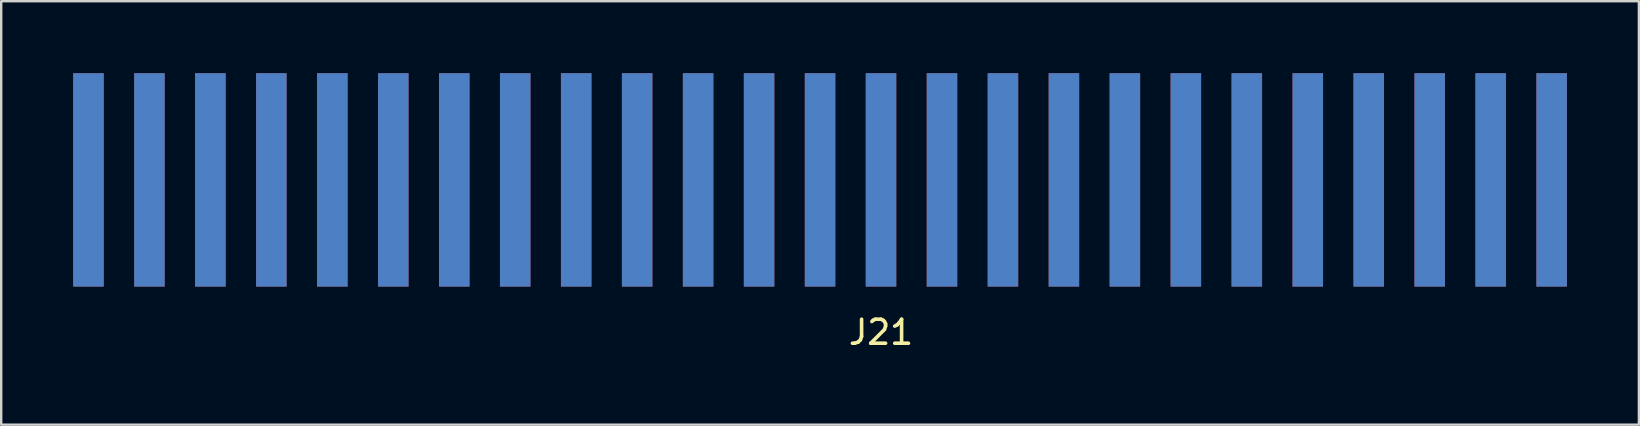
<source format=kicad_pcb>
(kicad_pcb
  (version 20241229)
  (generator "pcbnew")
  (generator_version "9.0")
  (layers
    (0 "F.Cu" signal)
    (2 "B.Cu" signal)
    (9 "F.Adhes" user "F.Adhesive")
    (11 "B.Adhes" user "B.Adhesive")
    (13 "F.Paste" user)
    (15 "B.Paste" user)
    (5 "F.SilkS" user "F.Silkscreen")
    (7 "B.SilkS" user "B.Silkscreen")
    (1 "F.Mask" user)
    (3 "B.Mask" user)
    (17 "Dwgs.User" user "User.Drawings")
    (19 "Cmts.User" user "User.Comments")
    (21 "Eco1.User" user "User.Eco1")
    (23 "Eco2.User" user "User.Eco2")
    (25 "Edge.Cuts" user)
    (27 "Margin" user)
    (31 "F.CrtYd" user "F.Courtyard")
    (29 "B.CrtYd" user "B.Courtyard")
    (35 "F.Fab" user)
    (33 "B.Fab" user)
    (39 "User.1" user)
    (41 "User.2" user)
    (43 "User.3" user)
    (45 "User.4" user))
  (footprint "J21"
    (layer "F.Cu")
    (at 31.115 9.525)
    (property "Reference" "J21" (at 2.54 1.27 0) (layer "F.SilkS") (effects (font (size 1 1) (thickness 0.15))))
    (attr through_hole)
    (pad "1" connect trapezoid (at 30.48 -5.08) (size 1.27 8.89) (layers "B.Cu" "B.Mask"))
    (pad "2" connect trapezoid (at 30.48 -5.08) (size 1.27 8.89) (layers "F.Cu" "F.Mask"))
    (pad "3" connect trapezoid (at 27.94 -5.08) (size 1.27 8.89) (layers "B.Cu" "B.Mask"))
    (pad "4" connect trapezoid (at 27.94 -5.08) (size 1.27 8.89) (layers "F.Cu" "F.Mask"))
    (pad "5" connect trapezoid (at 25.4 -5.08) (size 1.27 8.89) (layers "B.Cu" "B.Mask"))
    (pad "6" connect trapezoid (at 25.4 -5.08) (size 1.27 8.89) (layers "F.Cu" "F.Mask"))
    (pad "7" connect trapezoid (at 22.86 -5.08) (size 1.27 8.89) (layers "B.Cu" "B.Mask"))
    (pad "8" connect trapezoid (at 22.86 -5.08) (size 1.27 8.89) (layers "F.Cu" "F.Mask"))
    (pad "9" connect trapezoid (at 20.32 -5.08) (size 1.27 8.89) (layers "B.Cu" "B.Mask"))
    (pad "10" connect trapezoid (at 20.32 -5.08) (size 1.27 8.89) (layers "F.Cu" "F.Mask"))
    (pad "11" connect trapezoid (at 17.78 -5.08) (size 1.27 8.89) (layers "B.Cu" "B.Mask"))
    (pad "12" connect trapezoid (at 17.78 -5.08) (size 1.27 8.89) (layers "F.Cu" "F.Mask"))
    (pad "13" connect trapezoid (at 15.24 -5.08) (size 1.27 8.89) (layers "B.Cu" "B.Mask"))
    (pad "14" connect trapezoid (at 15.24 -5.08) (size 1.27 8.89) (layers "F.Cu" "F.Mask"))
    (pad "15" connect trapezoid (at 12.7 -5.08) (size 1.27 8.89) (layers "B.Cu" "B.Mask"))
    (pad "16" connect trapezoid (at 12.7 -5.08) (size 1.27 8.89) (layers "F.Cu" "F.Mask"))
    (pad "17" connect trapezoid (at 10.16 -5.08) (size 1.27 8.89) (layers "B.Cu" "B.Mask"))
    (pad "18" connect trapezoid (at 10.16 -5.08) (size 1.27 8.89) (layers "F.Cu" "F.Mask"))
    (pad "19" connect trapezoid (at 7.62 -5.08) (size 1.27 8.89) (layers "B.Cu" "B.Mask"))
    (pad "20" connect trapezoid (at 7.62 -5.08) (size 1.27 8.89) (layers "F.Cu" "F.Mask"))
    (pad "21" connect trapezoid (at 5.08 -5.08) (size 1.27 8.89) (layers "B.Cu" "B.Mask"))
    (pad "22" connect trapezoid (at 5.08 -5.08) (size 1.27 8.89) (layers "F.Cu" "F.Mask"))
    (pad "23" connect trapezoid (at 2.54 -5.08) (size 1.27 8.89) (layers "B.Cu" "B.Mask"))
    (pad "24" connect trapezoid (at 2.54 -5.08) (size 1.27 8.89) (layers "F.Cu" "F.Mask"))
    (pad "25" connect trapezoid (at 0 -5.08) (size 1.27 8.89) (layers "B.Cu" "B.Mask"))
    (pad "26" connect trapezoid (at 0 -5.08) (size 1.27 8.89) (layers "F.Cu" "F.Mask"))
    (pad "27" connect trapezoid (at -2.54 -5.08) (size 1.27 8.89) (layers "B.Cu" "B.Mask"))
    (pad "28" connect trapezoid (at -2.54 -5.08) (size 1.27 8.89) (layers "F.Cu" "F.Mask"))
    (pad "29" connect trapezoid (at -5.08 -5.08) (size 1.27 8.89) (layers "B.Cu" "B.Mask"))
    (pad "30" connect trapezoid (at -5.08 -5.08) (size 1.27 8.89) (layers "F.Cu" "F.Mask"))
    (pad "31" connect trapezoid (at -7.62 -5.08) (size 1.27 8.89) (layers "B.Cu" "B.Mask"))
    (pad "32" connect trapezoid (at -7.62 -5.08) (size 1.27 8.89) (layers "F.Cu" "F.Mask"))
    (pad "33" connect trapezoid (at -10.16 -5.08) (size 1.27 8.89) (layers "B.Cu" "B.Mask"))
    (pad "34" connect trapezoid (at -10.16 -5.08) (size 1.27 8.89) (layers "F.Cu" "F.Mask"))
    (pad "35" connect trapezoid (at -12.7 -5.08) (size 1.27 8.89) (layers "B.Cu" "B.Mask"))
    (pad "36" connect trapezoid (at -12.7 -5.08) (size 1.27 8.89) (layers "F.Cu" "F.Mask"))
    (pad "37" connect trapezoid (at -15.24 -5.08) (size 1.27 8.89) (layers "B.Cu" "B.Mask"))
    (pad "38" connect trapezoid (at -15.24 -5.08) (size 1.27 8.89) (layers "F.Cu" "F.Mask"))
    (pad "39" connect trapezoid (at -17.78 -5.08) (size 1.27 8.89) (layers "B.Cu" "B.Mask"))
    (pad "40" connect trapezoid (at -17.78 -5.08) (size 1.27 8.89) (layers "F.Cu" "F.Mask"))
    (pad "41" connect trapezoid (at -20.32 -5.08) (size 1.27 8.89) (layers "B.Cu" "B.Mask"))
    (pad "42" connect trapezoid (at -20.32 -5.08) (size 1.27 8.89) (layers "F.Cu" "F.Mask"))
    (pad "43" connect trapezoid (at -22.86 -5.08) (size 1.27 8.89) (layers "B.Cu" "B.Mask"))
    (pad "44" connect trapezoid (at -22.86 -5.08) (size 1.27 8.89) (layers "F.Cu" "F.Mask"))
    (pad "45" connect trapezoid (at -25.4 -5.08) (size 1.27 8.89) (layers "B.Cu" "B.Mask"))
    (pad "46" connect trapezoid (at -25.4 -5.08) (size 1.27 8.89) (layers "F.Cu" "F.Mask"))
    (pad "47" connect trapezoid (at -27.94 -5.08) (size 1.27 8.89) (layers "B.Cu" "B.Mask"))
    (pad "48" connect trapezoid (at -27.94 -5.08) (size 1.27 8.89) (layers "F.Cu" "F.Mask"))
    (pad "49" connect trapezoid (at -30.48 -5.08) (size 1.27 8.89) (layers "B.Cu" "B.Mask"))
    (pad "50" connect trapezoid (at -30.48 -5.08) (size 1.27 8.89) (layers "F.Cu" "F.Mask")))
  (gr_rect
    (start -3 -3)
    (end 65.23 14.643)
    (stroke (width 0.1) (type default))
    (fill no)
    (layer "Edge.Cuts")))
</source>
